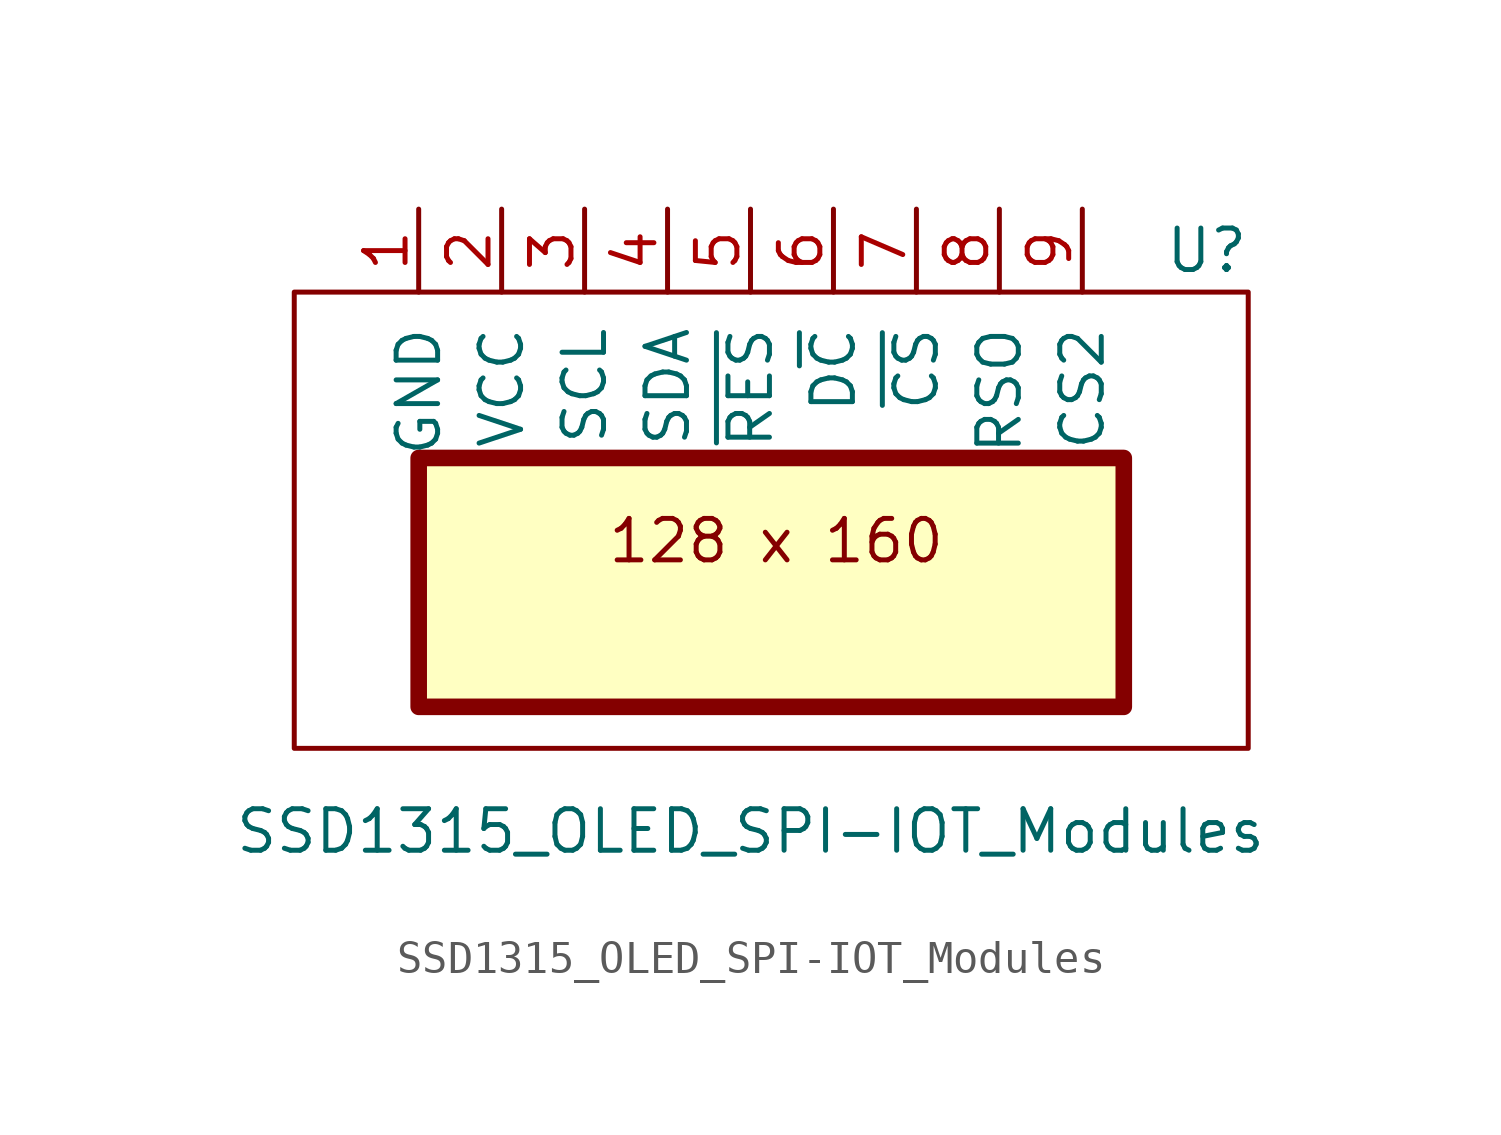
<source format=kicad_sym>
(kicad_symbol_lib
  (version 20220914)
  (generator kicad_symbol_editor)
  (symbol "SSD1315_OLED_SPI-IOT_Modules"
    (pin_names
      (offset 1.016))
    (property "Reference" "U"
      (at 12.7 10.16 0)
      (effects (font (size 1.27 1.27))))
    (property "Value" "SSD1315_OLED_SPI-IOT_Modules"
      (at -1.27 -7.62 0)
      (effects (font (size 1.27 1.27))))
    (symbol "SSD1315_OLED_SPI-IOT_Modules_1_1"
      (polyline (pts (xy -15.24 8.89) (xy -15.24 -5.08) (xy 13.97 -5.08) (xy 13.97 8.89) (xy -15.24 8.89)) (stroke (width 0) (type solid)) (fill (type none)))
      (polyline (pts (xy -11.43 3.81) (xy 10.16 3.81) (xy 10.16 -3.81) (xy -11.43 -3.81) (xy -11.43 3.81)) (stroke (width 0.508) (type solid)) (fill (type background)))
      (text "128 x 160 " (at 0 1.27 0) (effects (font (size 1.27 1.27))))
      (pin power_in line (at -11.43 11.43 270) (length 2.54) (name "GND" (effects (font (size 1.27 1.27)))) (number "1" (effects (font (size 1.27 1.27)))))
      (pin power_in line (at -8.89 11.43 270) (length 2.54) (name "VCC" (effects (font (size 1.27 1.27)))) (number "2" (effects (font (size 1.27 1.27)))))
      (pin input line (at -6.35 11.43 270) (length 2.54) (name "SCL" (effects (font (size 1.27 1.27)))) (number "3" (effects (font (size 1.27 1.27)))))
      (pin input line (at -3.81 11.43 270) (length 2.54) (name "SDA" (effects (font (size 1.27 1.27)))) (number "4" (effects (font (size 1.27 1.27)))))
      (pin input line (at -1.27 11.43 270) (length 2.54) (name "~{RES}" (effects (font (size 1.27 1.27)))) (number "5" (effects (font (size 1.27 1.27)))))
      (pin input line (at 1.27 11.43 270) (length 2.54) (name "D~{C}" (effects (font (size 1.27 1.27)))) (number "6" (effects (font (size 1.27 1.27)))))
      (pin input line (at 3.81 11.43 270) (length 2.54) (name "~{CS}" (effects (font (size 1.27 1.27)))) (number "7" (effects (font (size 1.27 1.27)))))
      (pin output line (at 6.35 11.43 270) (length 2.54) (name "RSO" (effects (font (size 1.27 1.27)))) (number "8" (effects (font (size 1.27 1.27)))))
      (pin input line (at 8.89 11.43 270) (length 2.54) (name "CS2" (effects (font (size 1.27 1.27)))) (number "9" (effects (font (size 1.27 1.27))))))))
</source>
